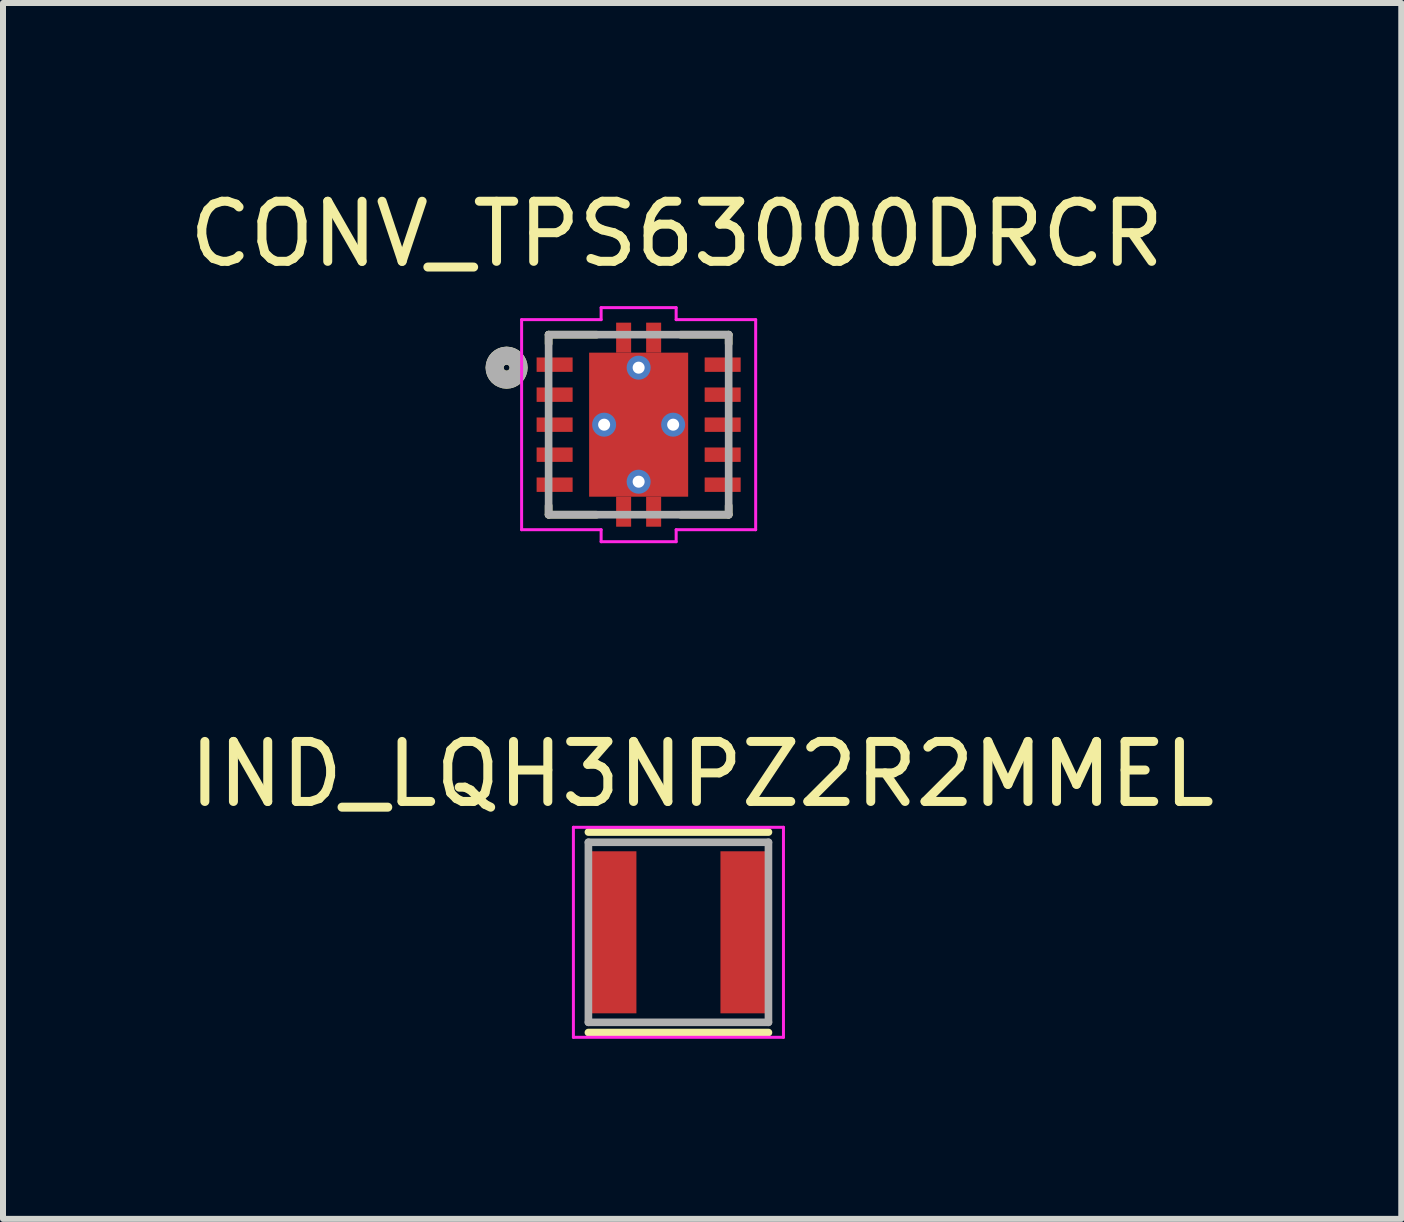
<source format=kicad_pcb>
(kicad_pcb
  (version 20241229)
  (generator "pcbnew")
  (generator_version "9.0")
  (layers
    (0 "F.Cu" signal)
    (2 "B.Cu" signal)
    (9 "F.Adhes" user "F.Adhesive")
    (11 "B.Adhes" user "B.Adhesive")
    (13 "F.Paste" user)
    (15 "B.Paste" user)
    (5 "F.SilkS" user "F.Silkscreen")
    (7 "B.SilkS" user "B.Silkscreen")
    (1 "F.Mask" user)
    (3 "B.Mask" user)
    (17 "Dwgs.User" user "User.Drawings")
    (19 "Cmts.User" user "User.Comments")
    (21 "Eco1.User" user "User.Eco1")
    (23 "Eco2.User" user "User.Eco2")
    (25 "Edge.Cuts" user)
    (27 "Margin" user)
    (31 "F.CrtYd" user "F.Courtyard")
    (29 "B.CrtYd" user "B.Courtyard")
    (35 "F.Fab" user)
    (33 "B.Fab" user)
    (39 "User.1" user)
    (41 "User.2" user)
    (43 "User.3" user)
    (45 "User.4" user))
  (footprint "CONV_TPS63000DRCR"
    (layer "F.Cu")
    (at 7.591 4.026)
    (property "Reference" "CONV_TPS63000DRCR" (at 0.635 -3.177 0) (layer "F.SilkS") (effects (font (size 1.001 1.001) (thickness 0.15))))
    (attr smd)
    (fp_line (start -1.5 -1.5) (end -1.5 -1.35) (stroke (width 0.127) (type solid)) (layer "F.SilkS"))
    (fp_line (start -1.5 1.5) (end -1.5 1.35) (stroke (width 0.127) (type solid)) (layer "F.SilkS"))
    (fp_line (start -0.7 -1.5) (end -1.5 -1.5) (stroke (width 0.127) (type solid)) (layer "F.SilkS"))
    (fp_line (start -0.7 1.5) (end -1.5 1.5) (stroke (width 0.127) (type solid)) (layer "F.SilkS"))
    (fp_line (start 0.7 -1.5) (end 1.5 -1.5) (stroke (width 0.127) (type solid)) (layer "F.SilkS"))
    (fp_line (start 0.7 1.5) (end 1.5 1.5) (stroke (width 0.127) (type solid)) (layer "F.SilkS"))
    (fp_line (start 1.5 -1.5) (end 1.5 -1.35) (stroke (width 0.127) (type solid)) (layer "F.SilkS"))
    (fp_line (start 1.5 1.5) (end 1.5 1.35) (stroke (width 0.127) (type solid)) (layer "F.SilkS"))
    (fp_circle (center -2.2 -0.95) (end -2.15 -0.95) (stroke (width 0.3) (type solid)) (fill no) (layer "F.SilkS"))
    (fp_poly (pts (xy -0.751 -1.16) (xy 0.75 -1.16) (xy 0.75 -0.1) (xy -0.751 -0.1)) (stroke (width 0.01) (type solid)) (fill yes) (layer "F.Paste"))
    (fp_poly (pts (xy -0.75 0.1) (xy 0.75 0.1) (xy 0.75 1.161) (xy -0.75 1.161)) (stroke (width 0.01) (type solid)) (fill yes) (layer "F.Paste"))
    (fp_poly (pts (xy -0.376 1.36) (xy -0.125 1.36) (xy -0.125 1.703) (xy -0.376 1.703)) (stroke (width 0.01) (type solid)) (fill yes) (layer "F.Paste"))
    (fp_poly (pts (xy -0.375 -1.7) (xy -0.125 -1.7) (xy -0.125 -1.361) (xy -0.375 -1.361)) (stroke (width 0.01) (type solid)) (fill yes) (layer "F.Paste"))
    (fp_poly (pts (xy 0.125 1.36) (xy 0.375 1.36) (xy 0.375 1.702) (xy 0.125 1.702)) (stroke (width 0.01) (type solid)) (fill yes) (layer "F.Paste"))
    (fp_poly (pts (xy 0.125 -1.7) (xy 0.375 -1.7) (xy 0.375 -1.362) (xy 0.125 -1.362)) (stroke (width 0.01) (type solid)) (fill yes) (layer "F.Paste"))
    (fp_line (start -1.95 -1.75) (end -0.625 -1.75) (stroke (width 0.05) (type solid)) (layer "F.CrtYd"))
    (fp_line (start -1.95 1.75) (end -1.95 -1.75) (stroke (width 0.05) (type solid)) (layer "F.CrtYd"))
    (fp_line (start -0.625 -1.95) (end 0.625 -1.95) (stroke (width 0.05) (type solid)) (layer "F.CrtYd"))
    (fp_line (start -0.625 -1.75) (end -0.625 -1.95) (stroke (width 0.05) (type solid)) (layer "F.CrtYd"))
    (fp_line (start -0.625 1.75) (end -1.95 1.75) (stroke (width 0.05) (type solid)) (layer "F.CrtYd"))
    (fp_line (start -0.625 1.95) (end -0.625 1.75) (stroke (width 0.05) (type solid)) (layer "F.CrtYd"))
    (fp_line (start 0.625 -1.95) (end 0.625 -1.75) (stroke (width 0.05) (type solid)) (layer "F.CrtYd"))
    (fp_line (start 0.625 -1.75) (end 1.95 -1.75) (stroke (width 0.05) (type solid)) (layer "F.CrtYd"))
    (fp_line (start 0.625 1.75) (end 0.625 1.95) (stroke (width 0.05) (type solid)) (layer "F.CrtYd"))
    (fp_line (start 0.625 1.95) (end -0.625 1.95) (stroke (width 0.05) (type solid)) (layer "F.CrtYd"))
    (fp_line (start 1.95 -1.75) (end 1.95 1.75) (stroke (width 0.05) (type solid)) (layer "F.CrtYd"))
    (fp_line (start 1.95 1.75) (end 0.625 1.75) (stroke (width 0.05) (type solid)) (layer "F.CrtYd"))
    (fp_line (start -1.5 -1.5) (end 1.5 -1.5) (stroke (width 0.127) (type solid)) (layer "F.Fab"))
    (fp_line (start -1.5 1.5) (end -1.5 -1.5) (stroke (width 0.127) (type solid)) (layer "F.Fab"))
    (fp_line (start 1.5 -1.5) (end 1.5 1.5) (stroke (width 0.127) (type solid)) (layer "F.Fab"))
    (fp_line (start 1.5 1.5) (end -1.5 1.5) (stroke (width 0.127) (type solid)) (layer "F.Fab"))
    (fp_circle (center -2.2 -0.95) (end -2.15 -0.95) (stroke (width 0.3) (type solid)) (fill no) (layer "F.Fab"))
    (pad "1" smd rect (at -1.4 -1) (size 0.6 0.24) (layers "F.Cu" "F.Mask" "F.Paste"))
    (pad "2" smd rect (at -1.4 -0.5) (size 0.6 0.24) (layers "F.Cu" "F.Mask" "F.Paste"))
    (pad "3" smd rect (at -1.4 0) (size 0.6 0.24) (layers "F.Cu" "F.Mask" "F.Paste"))
    (pad "4" smd rect (at -1.4 0.5) (size 0.6 0.24) (layers "F.Cu" "F.Mask" "F.Paste"))
    (pad "5" smd rect (at -1.4 1) (size 0.6 0.24) (layers "F.Cu" "F.Mask" "F.Paste"))
    (pad "6" smd rect (at 1.4 1) (size 0.6 0.24) (layers "F.Cu" "F.Mask" "F.Paste"))
    (pad "7" smd rect (at 1.4 0.5) (size 0.6 0.24) (layers "F.Cu" "F.Mask" "F.Paste"))
    (pad "8" smd rect (at 1.4 0) (size 0.6 0.24) (layers "F.Cu" "F.Mask" "F.Paste"))
    (pad "9" smd rect (at 1.4 -0.5) (size 0.6 0.24) (layers "F.Cu" "F.Mask" "F.Paste"))
    (pad "10" smd rect (at 1.4 -1) (size 0.6 0.24) (layers "F.Cu" "F.Mask" "F.Paste"))
    (pad "11" smd rect (at 0 0) (size 1.65 2.4) (layers "F.Cu" "F.Mask"))
    (pad "11_1" smd rect (at -0.25 -1.45) (size 0.25 0.5) (layers "F.Cu" "F.Mask"))
    (pad "11_2" smd rect (at 0.25 -1.45) (size 0.25 0.5) (layers "F.Cu" "F.Mask"))
    (pad "11_3" smd rect (at 0.25 1.45) (size 0.25 0.5) (layers "F.Cu" "F.Mask"))
    (pad "11_4" smd rect (at -0.25 1.45) (size 0.25 0.5) (layers "F.Cu" "F.Mask"))
    (pad "11_5" thru_hole circle (at 0 -0.95) (size 0.4 0.4) (drill 0.2) (layers "*.Cu"))
    (pad "11_6" thru_hole circle (at -0.575 0) (size 0.4 0.4) (drill 0.2) (layers "*.Cu"))
    (pad "11_7" thru_hole circle (at 0.575 0) (size 0.4 0.4) (drill 0.2) (layers "*.Cu"))
    (pad "11_8" thru_hole circle (at 0 0.95) (size 0.4 0.4) (drill 0.2) (layers "*.Cu")))
  (footprint "IND_LQH3NPZ2R2MMEL"
    (layer "F.Cu")
    (at 8.254 12.484)
    (property "Reference" "IND_LQH3NPZ2R2MMEL" (at 0.395 -2.635 0) (layer "F.SilkS") (effects (font (size 1 1) (thickness 0.15))))
    (attr smd)
    (fp_line (start -1.5 -1.67) (end 1.5 -1.67) (stroke (width 0.127) (type solid)) (layer "F.SilkS"))
    (fp_line (start -1.5 1.67) (end 1.5 1.67) (stroke (width 0.127) (type solid)) (layer "F.SilkS"))
    (fp_line (start -1.75 -1.75) (end 1.75 -1.75) (stroke (width 0.05) (type solid)) (layer "F.CrtYd"))
    (fp_line (start -1.75 1.75) (end -1.75 -1.75) (stroke (width 0.05) (type solid)) (layer "F.CrtYd"))
    (fp_line (start 1.75 -1.75) (end 1.75 1.75) (stroke (width 0.05) (type solid)) (layer "F.CrtYd"))
    (fp_line (start 1.75 1.75) (end -1.75 1.75) (stroke (width 0.05) (type solid)) (layer "F.CrtYd"))
    (fp_line (start -1.5 -1.5) (end 1.5 -1.5) (stroke (width 0.127) (type solid)) (layer "F.Fab"))
    (fp_line (start -1.5 1.5) (end -1.5 -1.5) (stroke (width 0.127) (type solid)) (layer "F.Fab"))
    (fp_line (start 1.5 -1.5) (end 1.5 1.5) (stroke (width 0.127) (type solid)) (layer "F.Fab"))
    (fp_line (start 1.5 1.5) (end -1.5 1.5) (stroke (width 0.127) (type solid)) (layer "F.Fab"))
    (pad "1" smd rect (at -1.1 0) (size 0.8 2.7) (layers "F.Cu" "F.Mask" "F.Paste"))
    (pad "2" smd rect (at 1.1 0) (size 0.8 2.7) (layers "F.Cu" "F.Mask" "F.Paste")))
  (gr_rect
    (start -3 -3)
    (end 20.298 17.259)
    (stroke (width 0.1) (type default))
    (fill no)
    (layer "Edge.Cuts")))
</source>
